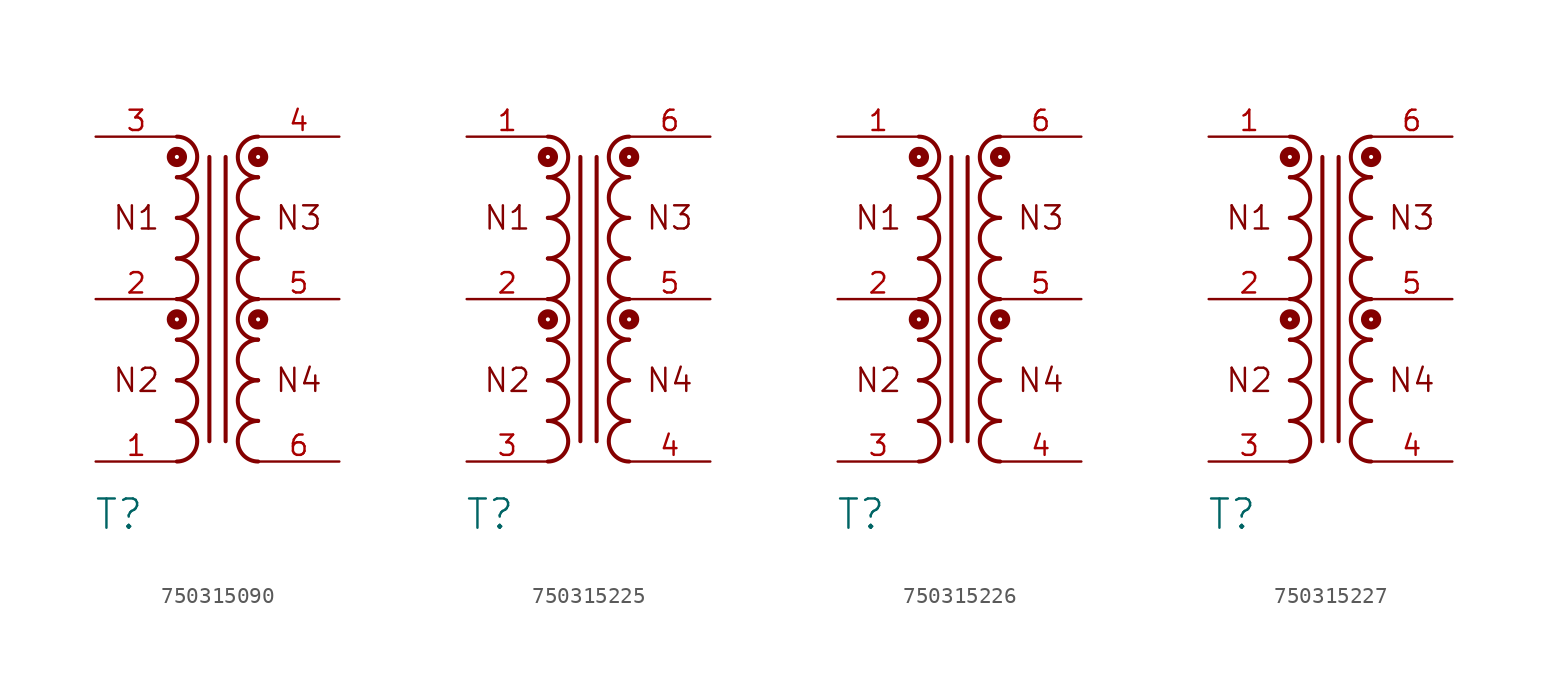
<source format=kicad_sym>
(kicad_symbol_lib
  (version 20231120)
  (generator "kicad_symbol_editor")
  (generator_version "8.0")
  (symbol "750315090"
    (property "Reference" "T"
      (at 1.457 -23.622 0)
      (effects (font (size 1.829 1.829))))
    (symbol "750315090_1_0"
      (polyline (pts (xy 7.112 -1.27) (xy 7.112 -19.05)) (stroke (width 0.254) (type solid)) (fill (type none)))
      (polyline (pts (xy 8.128 -1.27) (xy 8.128 -19.05)) (stroke (width 0.254) (type solid)) (fill (type none)))
      (arc (start 5.08 -20.32) (mid 6.35 -19.05) (end 5.08 -17.78) (stroke (width 0.254) (type solid)) (fill (type none)))
      (arc (start 5.08 -17.78) (mid 6.35 -16.51) (end 5.08 -15.24) (stroke (width 0.254) (type solid)) (fill (type none)))
      (arc (start 5.08 -15.24) (mid 6.35 -13.97) (end 5.08 -12.7) (stroke (width 0.254) (type solid)) (fill (type none)))
      (arc (start 5.08 -12.7) (mid 6.35 -11.43) (end 5.08 -10.16) (stroke (width 0.254) (type solid)) (fill (type none)))
      (circle (center 5.08 -11.43) (radius 0.127) (stroke (width 0.508) (type solid)) (fill (type none)))
      (arc (start 5.08 -10.16) (mid 6.35 -8.89) (end 5.08 -7.62) (stroke (width 0.254) (type solid)) (fill (type none)))
      (arc (start 5.08 -7.62) (mid 6.35 -6.35) (end 5.08 -5.08) (stroke (width 0.254) (type solid)) (fill (type none)))
      (arc (start 5.08 -5.08) (mid 6.35 -3.81) (end 5.08 -2.54) (stroke (width 0.254) (type solid)) (fill (type none)))
      (arc (start 5.08 -2.54) (mid 6.35 -1.27) (end 5.08 0) (stroke (width 0.254) (type solid)) (fill (type none)))
      (circle (center 5.08 -1.27) (radius 0.127) (stroke (width 0.508) (type solid)) (fill (type none)))
      (arc (start 10.16 -17.78) (mid 8.89 -19.05) (end 10.16 -20.32) (stroke (width 0.254) (type solid)) (fill (type none)))
      (arc (start 10.16 -15.24) (mid 8.89 -16.51) (end 10.16 -17.78) (stroke (width 0.254) (type solid)) (fill (type none)))
      (arc (start 10.16 -12.7) (mid 8.89 -13.97) (end 10.16 -15.24) (stroke (width 0.254) (type solid)) (fill (type none)))
      (circle (center 10.16 -11.43) (radius 0.127) (stroke (width 0.508) (type solid)) (fill (type none)))
      (arc (start 10.16 -10.16) (mid 8.89 -11.43) (end 10.16 -12.7) (stroke (width 0.254) (type solid)) (fill (type none)))
      (arc (start 10.16 -7.62) (mid 8.89 -8.89) (end 10.16 -10.16) (stroke (width 0.254) (type solid)) (fill (type none)))
      (arc (start 10.16 -5.08) (mid 8.89 -6.35) (end 10.16 -7.62) (stroke (width 0.254) (type solid)) (fill (type none)))
      (arc (start 10.16 -2.54) (mid 8.89 -3.81) (end 10.16 -5.08) (stroke (width 0.254) (type solid)) (fill (type none)))
      (circle (center 10.16 -1.27) (radius 0.127) (stroke (width 0.508) (type solid)) (fill (type none)))
      (arc (start 10.16 0) (mid 8.89 -1.27) (end 10.16 -2.54) (stroke (width 0.254) (type solid)) (fill (type none)))
      (text "N1" (at 2.54 -5.08 0) (effects (font (size 1.448 1.448))))
      (text "N2" (at 2.54 -15.24 0) (effects (font (size 1.448 1.448))))
      (text "N3" (at 12.7 -5.08 0) (effects (font (size 1.448 1.448))))
      (text "N4" (at 12.7 -15.24 0) (effects (font (size 1.448 1.448))))
      (pin passive line (at 0 -20.32 0) (length 5.08) (name "1" (effects (font (size 0 0)))) (number "1" (effects (font (size 1.27 1.27)))))
      (pin passive line (at 0 -10.16 0) (length 5.08) (name "2" (effects (font (size 0 0)))) (number "2" (effects (font (size 1.27 1.27)))))
      (pin passive line (at 0 0 0) (length 5.08) (name "3" (effects (font (size 0 0)))) (number "3" (effects (font (size 1.27 1.27)))))
      (pin passive line (at 15.24 0 180) (length 5.08) (name "4" (effects (font (size 0 0)))) (number "4" (effects (font (size 1.27 1.27)))))
      (pin passive line (at 15.24 -10.16 180) (length 5.08) (name "5" (effects (font (size 0 0)))) (number "5" (effects (font (size 1.27 1.27)))))
      (pin passive line (at 15.24 -20.32 180) (length 5.08) (name "6" (effects (font (size 0 0)))) (number "6" (effects (font (size 1.27 1.27)))))))
  (symbol "750315225"
    (property "Reference" "T"
      (at 1.457 -23.622 0)
      (effects (font (size 1.829 1.829))))
    (symbol "750315225_1_0"
      (polyline (pts (xy 7.112 -1.27) (xy 7.112 -19.05)) (stroke (width 0.254) (type solid)) (fill (type none)))
      (polyline (pts (xy 8.128 -1.27) (xy 8.128 -19.05)) (stroke (width 0.254) (type solid)) (fill (type none)))
      (arc (start 5.08 -20.32) (mid 6.35 -19.05) (end 5.08 -17.78) (stroke (width 0.254) (type solid)) (fill (type none)))
      (arc (start 5.08 -17.78) (mid 6.35 -16.51) (end 5.08 -15.24) (stroke (width 0.254) (type solid)) (fill (type none)))
      (arc (start 5.08 -15.24) (mid 6.35 -13.97) (end 5.08 -12.7) (stroke (width 0.254) (type solid)) (fill (type none)))
      (arc (start 5.08 -12.7) (mid 6.35 -11.43) (end 5.08 -10.16) (stroke (width 0.254) (type solid)) (fill (type none)))
      (circle (center 5.08 -11.43) (radius 0.127) (stroke (width 0.508) (type solid)) (fill (type none)))
      (arc (start 5.08 -10.16) (mid 6.35 -8.89) (end 5.08 -7.62) (stroke (width 0.254) (type solid)) (fill (type none)))
      (arc (start 5.08 -7.62) (mid 6.35 -6.35) (end 5.08 -5.08) (stroke (width 0.254) (type solid)) (fill (type none)))
      (arc (start 5.08 -5.08) (mid 6.35 -3.81) (end 5.08 -2.54) (stroke (width 0.254) (type solid)) (fill (type none)))
      (arc (start 5.08 -2.54) (mid 6.35 -1.27) (end 5.08 0) (stroke (width 0.254) (type solid)) (fill (type none)))
      (circle (center 5.08 -1.27) (radius 0.127) (stroke (width 0.508) (type solid)) (fill (type none)))
      (arc (start 10.16 -17.78) (mid 8.89 -19.05) (end 10.16 -20.32) (stroke (width 0.254) (type solid)) (fill (type none)))
      (arc (start 10.16 -15.24) (mid 8.89 -16.51) (end 10.16 -17.78) (stroke (width 0.254) (type solid)) (fill (type none)))
      (arc (start 10.16 -12.7) (mid 8.89 -13.97) (end 10.16 -15.24) (stroke (width 0.254) (type solid)) (fill (type none)))
      (circle (center 10.16 -11.43) (radius 0.127) (stroke (width 0.508) (type solid)) (fill (type none)))
      (arc (start 10.16 -10.16) (mid 8.89 -11.43) (end 10.16 -12.7) (stroke (width 0.254) (type solid)) (fill (type none)))
      (arc (start 10.16 -7.62) (mid 8.89 -8.89) (end 10.16 -10.16) (stroke (width 0.254) (type solid)) (fill (type none)))
      (arc (start 10.16 -5.08) (mid 8.89 -6.35) (end 10.16 -7.62) (stroke (width 0.254) (type solid)) (fill (type none)))
      (arc (start 10.16 -2.54) (mid 8.89 -3.81) (end 10.16 -5.08) (stroke (width 0.254) (type solid)) (fill (type none)))
      (circle (center 10.16 -1.27) (radius 0.127) (stroke (width 0.508) (type solid)) (fill (type none)))
      (arc (start 10.16 0) (mid 8.89 -1.27) (end 10.16 -2.54) (stroke (width 0.254) (type solid)) (fill (type none)))
      (text "N1" (at 2.54 -5.08 0) (effects (font (size 1.448 1.448))))
      (text "N2" (at 2.54 -15.24 0) (effects (font (size 1.448 1.448))))
      (text "N3" (at 12.7 -5.08 0) (effects (font (size 1.448 1.448))))
      (text "N4" (at 12.7 -15.24 0) (effects (font (size 1.448 1.448))))
      (pin passive line (at 0 0 0) (length 5.08) (name "1" (effects (font (size 0 0)))) (number "1" (effects (font (size 1.27 1.27)))))
      (pin passive line (at 0 -10.16 0) (length 5.08) (name "2" (effects (font (size 0 0)))) (number "2" (effects (font (size 1.27 1.27)))))
      (pin passive line (at 0 -20.32 0) (length 5.08) (name "3" (effects (font (size 0 0)))) (number "3" (effects (font (size 1.27 1.27)))))
      (pin passive line (at 15.24 -20.32 180) (length 5.08) (name "4" (effects (font (size 0 0)))) (number "4" (effects (font (size 1.27 1.27)))))
      (pin passive line (at 15.24 -10.16 180) (length 5.08) (name "5" (effects (font (size 0 0)))) (number "5" (effects (font (size 1.27 1.27)))))
      (pin passive line (at 15.24 0 180) (length 5.08) (name "6" (effects (font (size 0 0)))) (number "6" (effects (font (size 1.27 1.27)))))))
  (symbol "750315226"
    (property "Reference" "T"
      (at 1.457 -23.622 0)
      (effects (font (size 1.829 1.829))))
    (symbol "750315226_1_0"
      (polyline (pts (xy 7.112 -1.27) (xy 7.112 -19.05)) (stroke (width 0.254) (type solid)) (fill (type none)))
      (polyline (pts (xy 8.128 -1.27) (xy 8.128 -19.05)) (stroke (width 0.254) (type solid)) (fill (type none)))
      (arc (start 5.08 -20.32) (mid 6.35 -19.05) (end 5.08 -17.78) (stroke (width 0.254) (type solid)) (fill (type none)))
      (arc (start 5.08 -17.78) (mid 6.35 -16.51) (end 5.08 -15.24) (stroke (width 0.254) (type solid)) (fill (type none)))
      (arc (start 5.08 -15.24) (mid 6.35 -13.97) (end 5.08 -12.7) (stroke (width 0.254) (type solid)) (fill (type none)))
      (arc (start 5.08 -12.7) (mid 6.35 -11.43) (end 5.08 -10.16) (stroke (width 0.254) (type solid)) (fill (type none)))
      (circle (center 5.08 -11.43) (radius 0.127) (stroke (width 0.508) (type solid)) (fill (type none)))
      (arc (start 5.08 -10.16) (mid 6.35 -8.89) (end 5.08 -7.62) (stroke (width 0.254) (type solid)) (fill (type none)))
      (arc (start 5.08 -7.62) (mid 6.35 -6.35) (end 5.08 -5.08) (stroke (width 0.254) (type solid)) (fill (type none)))
      (arc (start 5.08 -5.08) (mid 6.35 -3.81) (end 5.08 -2.54) (stroke (width 0.254) (type solid)) (fill (type none)))
      (arc (start 5.08 -2.54) (mid 6.35 -1.27) (end 5.08 0) (stroke (width 0.254) (type solid)) (fill (type none)))
      (circle (center 5.08 -1.27) (radius 0.127) (stroke (width 0.508) (type solid)) (fill (type none)))
      (arc (start 10.16 -17.78) (mid 8.89 -19.05) (end 10.16 -20.32) (stroke (width 0.254) (type solid)) (fill (type none)))
      (arc (start 10.16 -15.24) (mid 8.89 -16.51) (end 10.16 -17.78) (stroke (width 0.254) (type solid)) (fill (type none)))
      (arc (start 10.16 -12.7) (mid 8.89 -13.97) (end 10.16 -15.24) (stroke (width 0.254) (type solid)) (fill (type none)))
      (circle (center 10.16 -11.43) (radius 0.127) (stroke (width 0.508) (type solid)) (fill (type none)))
      (arc (start 10.16 -10.16) (mid 8.89 -11.43) (end 10.16 -12.7) (stroke (width 0.254) (type solid)) (fill (type none)))
      (arc (start 10.16 -7.62) (mid 8.89 -8.89) (end 10.16 -10.16) (stroke (width 0.254) (type solid)) (fill (type none)))
      (arc (start 10.16 -5.08) (mid 8.89 -6.35) (end 10.16 -7.62) (stroke (width 0.254) (type solid)) (fill (type none)))
      (arc (start 10.16 -2.54) (mid 8.89 -3.81) (end 10.16 -5.08) (stroke (width 0.254) (type solid)) (fill (type none)))
      (circle (center 10.16 -1.27) (radius 0.127) (stroke (width 0.508) (type solid)) (fill (type none)))
      (arc (start 10.16 0) (mid 8.89 -1.27) (end 10.16 -2.54) (stroke (width 0.254) (type solid)) (fill (type none)))
      (text "N1" (at 2.54 -5.08 0) (effects (font (size 1.448 1.448))))
      (text "N2" (at 2.54 -15.24 0) (effects (font (size 1.448 1.448))))
      (text "N3" (at 12.7 -5.08 0) (effects (font (size 1.448 1.448))))
      (text "N4" (at 12.7 -15.24 0) (effects (font (size 1.448 1.448))))
      (pin passive line (at 0 0 0) (length 5.08) (name "1" (effects (font (size 0 0)))) (number "1" (effects (font (size 1.27 1.27)))))
      (pin passive line (at 0 -10.16 0) (length 5.08) (name "2" (effects (font (size 0 0)))) (number "2" (effects (font (size 1.27 1.27)))))
      (pin passive line (at 0 -20.32 0) (length 5.08) (name "3" (effects (font (size 0 0)))) (number "3" (effects (font (size 1.27 1.27)))))
      (pin passive line (at 15.24 -20.32 180) (length 5.08) (name "4" (effects (font (size 0 0)))) (number "4" (effects (font (size 1.27 1.27)))))
      (pin passive line (at 15.24 -10.16 180) (length 5.08) (name "5" (effects (font (size 0 0)))) (number "5" (effects (font (size 1.27 1.27)))))
      (pin passive line (at 15.24 0 180) (length 5.08) (name "6" (effects (font (size 0 0)))) (number "6" (effects (font (size 1.27 1.27)))))))
  (symbol "750315227"
    (property "Reference" "T"
      (at 1.457 -23.622 0)
      (effects (font (size 1.829 1.829))))
    (symbol "750315227_1_0"
      (polyline (pts (xy 7.112 -1.27) (xy 7.112 -19.05)) (stroke (width 0.254) (type solid)) (fill (type none)))
      (polyline (pts (xy 8.128 -1.27) (xy 8.128 -19.05)) (stroke (width 0.254) (type solid)) (fill (type none)))
      (arc (start 5.08 -20.32) (mid 6.35 -19.05) (end 5.08 -17.78) (stroke (width 0.254) (type solid)) (fill (type none)))
      (arc (start 5.08 -17.78) (mid 6.35 -16.51) (end 5.08 -15.24) (stroke (width 0.254) (type solid)) (fill (type none)))
      (arc (start 5.08 -15.24) (mid 6.35 -13.97) (end 5.08 -12.7) (stroke (width 0.254) (type solid)) (fill (type none)))
      (arc (start 5.08 -12.7) (mid 6.35 -11.43) (end 5.08 -10.16) (stroke (width 0.254) (type solid)) (fill (type none)))
      (circle (center 5.08 -11.43) (radius 0.127) (stroke (width 0.508) (type solid)) (fill (type none)))
      (arc (start 5.08 -10.16) (mid 6.35 -8.89) (end 5.08 -7.62) (stroke (width 0.254) (type solid)) (fill (type none)))
      (arc (start 5.08 -7.62) (mid 6.35 -6.35) (end 5.08 -5.08) (stroke (width 0.254) (type solid)) (fill (type none)))
      (arc (start 5.08 -5.08) (mid 6.35 -3.81) (end 5.08 -2.54) (stroke (width 0.254) (type solid)) (fill (type none)))
      (arc (start 5.08 -2.54) (mid 6.35 -1.27) (end 5.08 0) (stroke (width 0.254) (type solid)) (fill (type none)))
      (circle (center 5.08 -1.27) (radius 0.127) (stroke (width 0.508) (type solid)) (fill (type none)))
      (arc (start 10.16 -17.78) (mid 8.89 -19.05) (end 10.16 -20.32) (stroke (width 0.254) (type solid)) (fill (type none)))
      (arc (start 10.16 -15.24) (mid 8.89 -16.51) (end 10.16 -17.78) (stroke (width 0.254) (type solid)) (fill (type none)))
      (arc (start 10.16 -12.7) (mid 8.89 -13.97) (end 10.16 -15.24) (stroke (width 0.254) (type solid)) (fill (type none)))
      (circle (center 10.16 -11.43) (radius 0.127) (stroke (width 0.508) (type solid)) (fill (type none)))
      (arc (start 10.16 -10.16) (mid 8.89 -11.43) (end 10.16 -12.7) (stroke (width 0.254) (type solid)) (fill (type none)))
      (arc (start 10.16 -7.62) (mid 8.89 -8.89) (end 10.16 -10.16) (stroke (width 0.254) (type solid)) (fill (type none)))
      (arc (start 10.16 -5.08) (mid 8.89 -6.35) (end 10.16 -7.62) (stroke (width 0.254) (type solid)) (fill (type none)))
      (arc (start 10.16 -2.54) (mid 8.89 -3.81) (end 10.16 -5.08) (stroke (width 0.254) (type solid)) (fill (type none)))
      (circle (center 10.16 -1.27) (radius 0.127) (stroke (width 0.508) (type solid)) (fill (type none)))
      (arc (start 10.16 0) (mid 8.89 -1.27) (end 10.16 -2.54) (stroke (width 0.254) (type solid)) (fill (type none)))
      (text "N1" (at 2.54 -5.08 0) (effects (font (size 1.448 1.448))))
      (text "N2" (at 2.54 -15.24 0) (effects (font (size 1.448 1.448))))
      (text "N3" (at 12.7 -5.08 0) (effects (font (size 1.448 1.448))))
      (text "N4" (at 12.7 -15.24 0) (effects (font (size 1.448 1.448))))
      (pin passive line (at 0 0 0) (length 5.08) (name "1" (effects (font (size 0 0)))) (number "1" (effects (font (size 1.27 1.27)))))
      (pin passive line (at 0 -10.16 0) (length 5.08) (name "2" (effects (font (size 0 0)))) (number "2" (effects (font (size 1.27 1.27)))))
      (pin passive line (at 0 -20.32 0) (length 5.08) (name "3" (effects (font (size 0 0)))) (number "3" (effects (font (size 1.27 1.27)))))
      (pin passive line (at 15.24 -20.32 180) (length 5.08) (name "4" (effects (font (size 0 0)))) (number "4" (effects (font (size 1.27 1.27)))))
      (pin passive line (at 15.24 -10.16 180) (length 5.08) (name "5" (effects (font (size 0 0)))) (number "5" (effects (font (size 1.27 1.27)))))
      (pin passive line (at 15.24 0 180) (length 5.08) (name "6" (effects (font (size 0 0)))) (number "6" (effects (font (size 1.27 1.27))))))))
</source>
